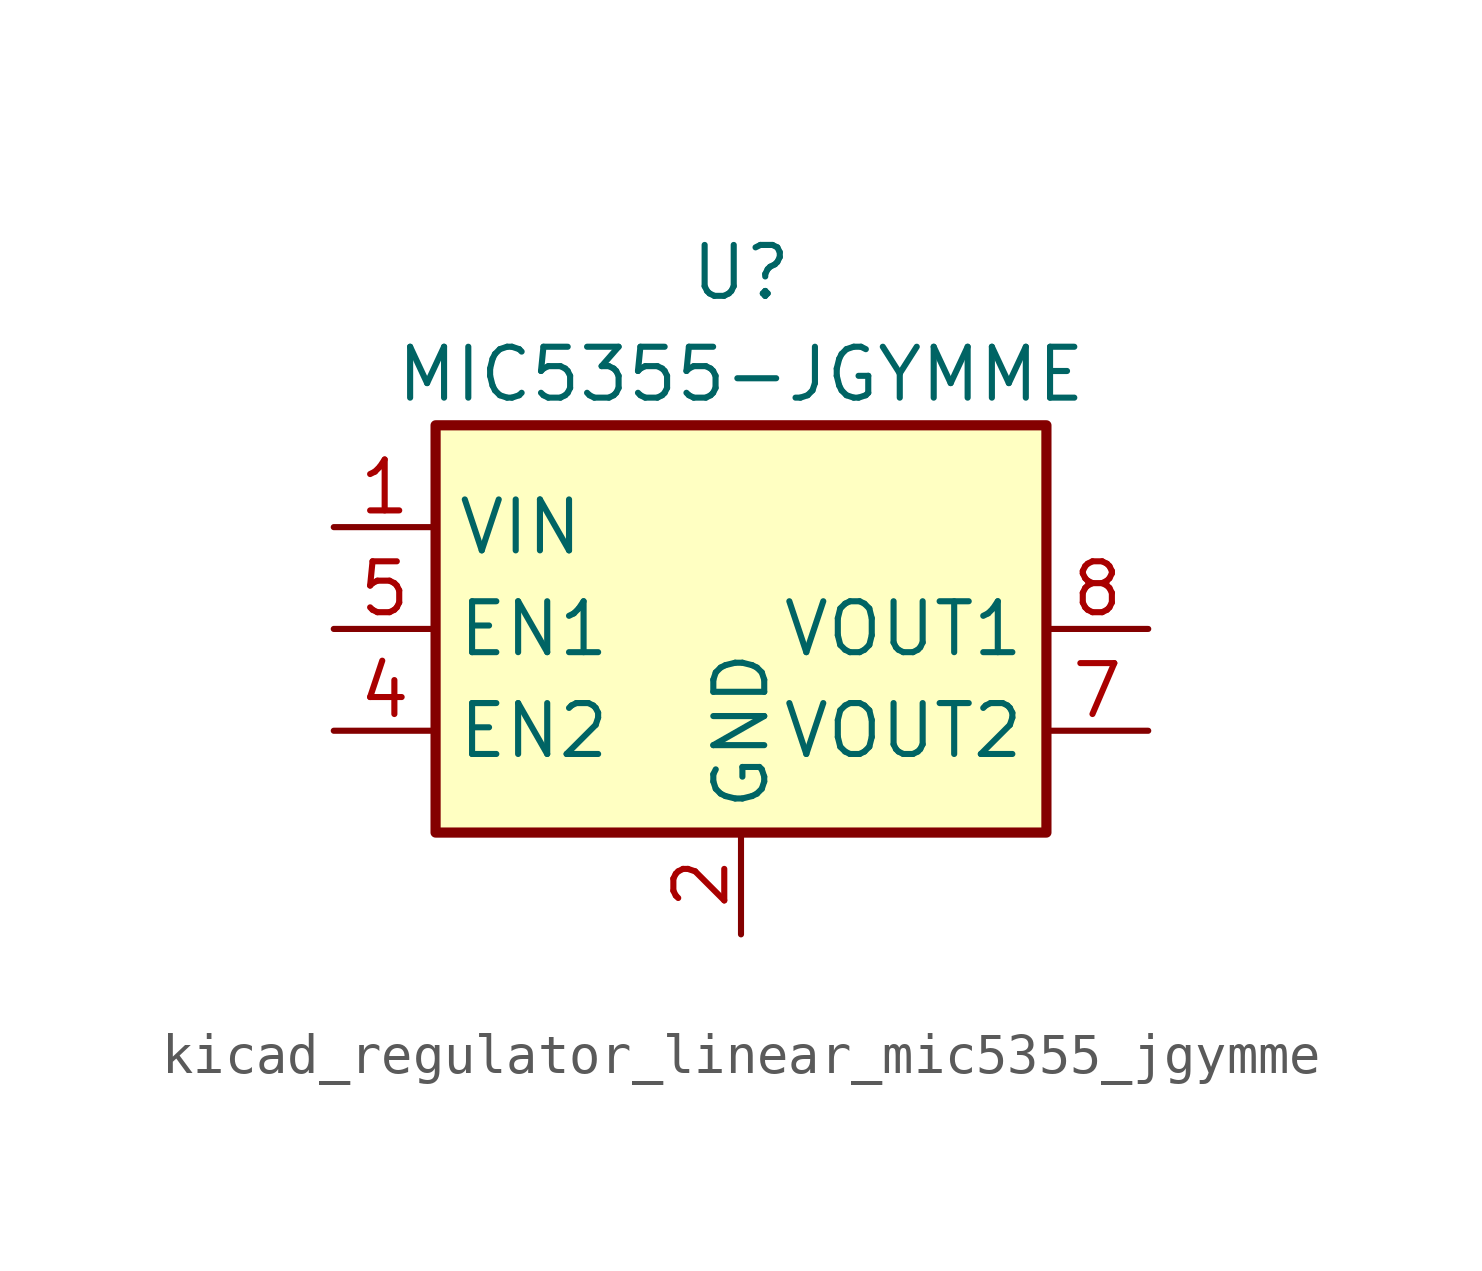
<source format=kicad_sym>
(kicad_symbol_lib
  (version 20220914)
  (generator kicad_symbol_editor)
  (symbol "kicad_regulator_linear_mic5355_jgymme"
    (property "Reference" "U"
      (at 0 8.89 0)
      (effects (font (size 1.27 1.27))))
    (property "Value" "MIC5355-JGYMME"
      (at 0 6.35 0)
      (effects (font (size 1.27 1.27))))
    (symbol "kicad_regulator_linear_mic5355_jgymme_0_1"
      (rectangle (start -7.62 5.08) (end 7.62 -5.08) (stroke (width 0.254) (type default)) (fill (type background))))
    (symbol "kicad_regulator_linear_mic5355_jgymme_1_1"
      (pin power_in line (at -10.16 2.54 0) (length 2.54) (name "VIN" (effects (font (size 1.27 1.27)))) (number "1" (effects (font (size 1.27 1.27)))))
      (pin power_in line (at 0 -7.62 90) (length 2.54) (name "GND" (effects (font (size 1.27 1.27)))) (number "2" (effects (font (size 1.27 1.27)))))
      (pin no_connect line (at 0 5.08 270) (length 2.54) hide (name "NC" (effects (font (size 1.27 1.27)))) (number "3" (effects (font (size 1.27 1.27)))))
      (pin input line (at -10.16 -2.54 0) (length 2.54) (name "EN2" (effects (font (size 1.27 1.27)))) (number "4" (effects (font (size 1.27 1.27)))))
      (pin input line (at -10.16 0 0) (length 2.54) (name "EN1" (effects (font (size 1.27 1.27)))) (number "5" (effects (font (size 1.27 1.27)))))
      (pin no_connect line (at 7.62 2.54 180) (length 2.54) hide (name "NC" (effects (font (size 1.27 1.27)))) (number "6" (effects (font (size 1.27 1.27)))))
      (pin power_out line (at 10.16 -2.54 180) (length 2.54) (name "VOUT2" (effects (font (size 1.27 1.27)))) (number "7" (effects (font (size 1.27 1.27)))))
      (pin power_out line (at 10.16 0 180) (length 2.54) (name "VOUT1" (effects (font (size 1.27 1.27)))) (number "8" (effects (font (size 1.27 1.27)))))
      (pin passive line (at 0 -7.62 90) (length 2.54) hide (name "GND" (effects (font (size 1.27 1.27)))) (number "9" (effects (font (size 1.27 1.27))))))))
</source>
